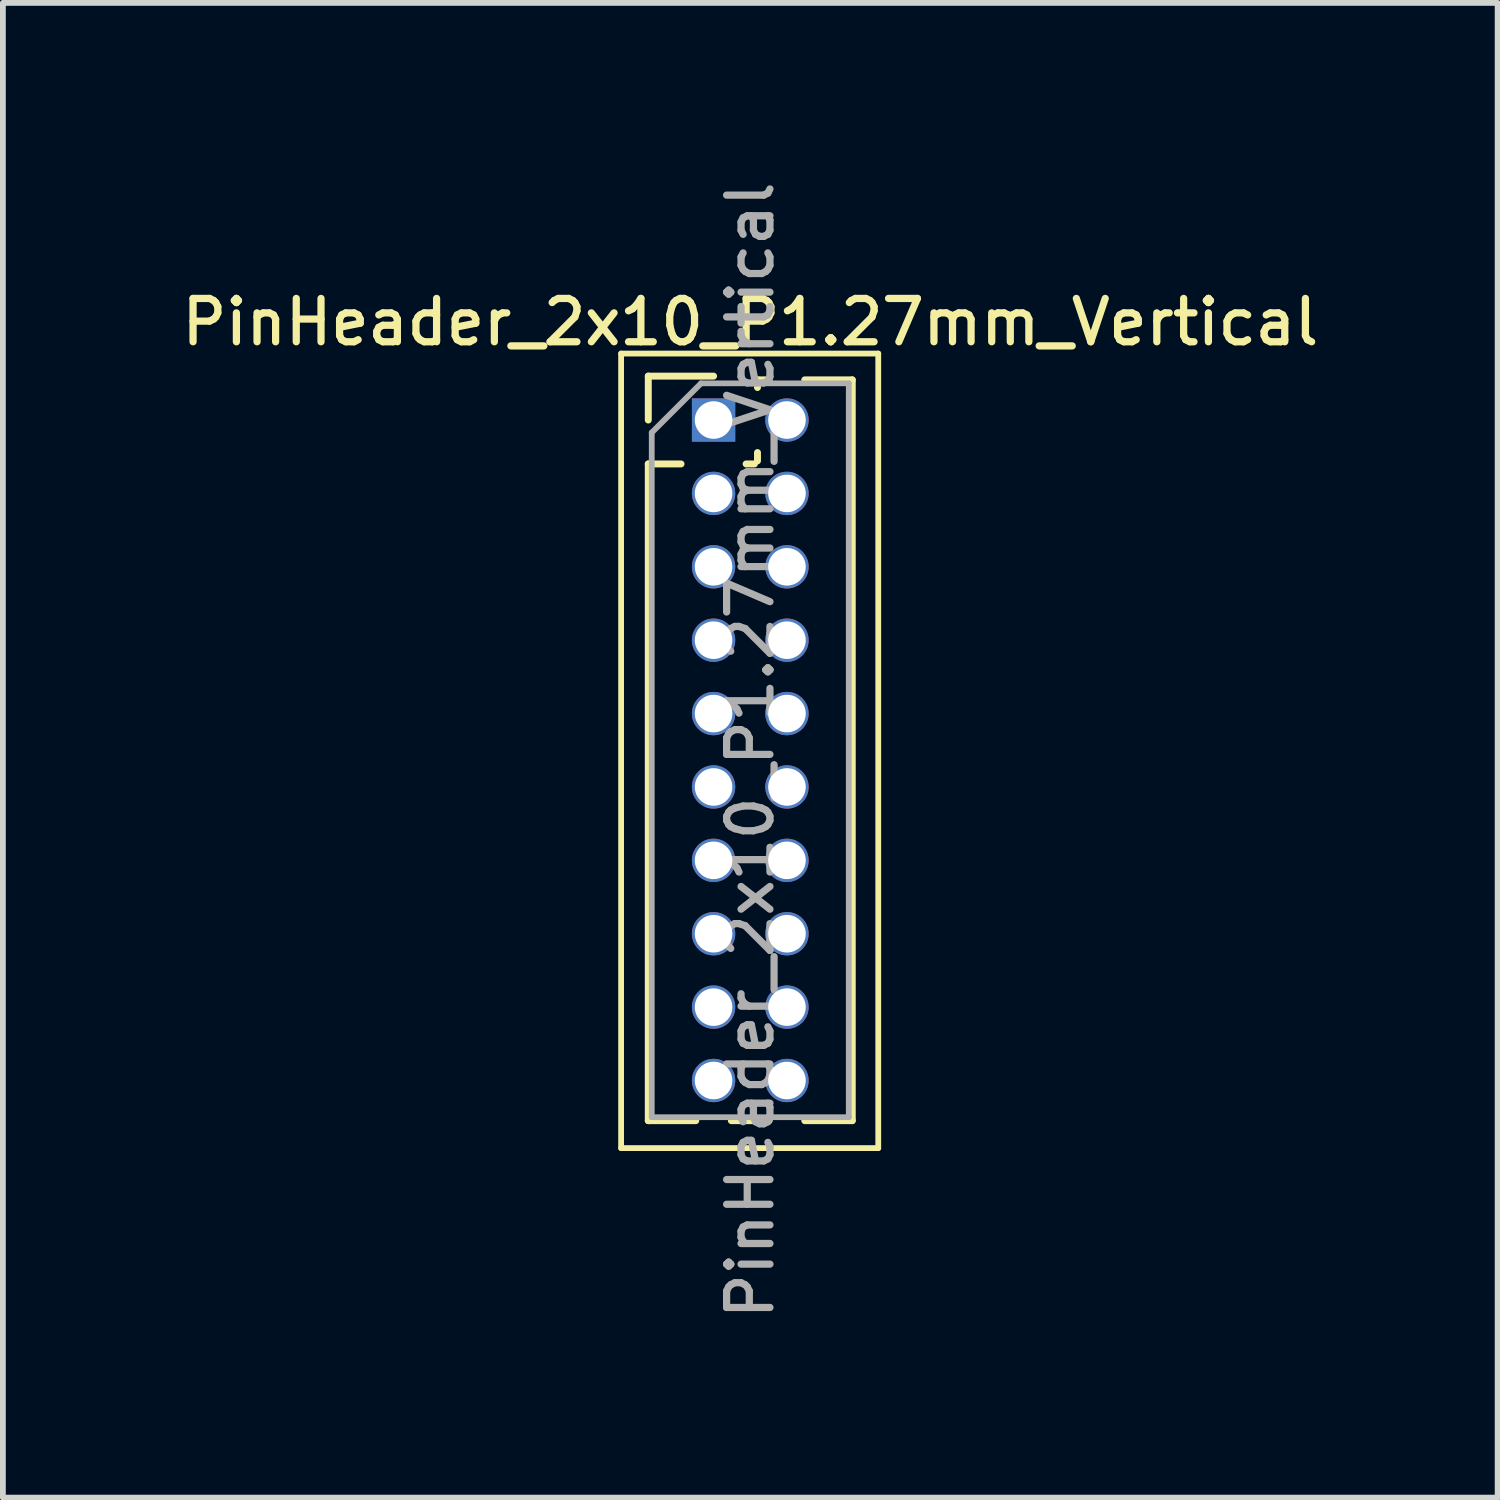
<source format=kicad_pcb>
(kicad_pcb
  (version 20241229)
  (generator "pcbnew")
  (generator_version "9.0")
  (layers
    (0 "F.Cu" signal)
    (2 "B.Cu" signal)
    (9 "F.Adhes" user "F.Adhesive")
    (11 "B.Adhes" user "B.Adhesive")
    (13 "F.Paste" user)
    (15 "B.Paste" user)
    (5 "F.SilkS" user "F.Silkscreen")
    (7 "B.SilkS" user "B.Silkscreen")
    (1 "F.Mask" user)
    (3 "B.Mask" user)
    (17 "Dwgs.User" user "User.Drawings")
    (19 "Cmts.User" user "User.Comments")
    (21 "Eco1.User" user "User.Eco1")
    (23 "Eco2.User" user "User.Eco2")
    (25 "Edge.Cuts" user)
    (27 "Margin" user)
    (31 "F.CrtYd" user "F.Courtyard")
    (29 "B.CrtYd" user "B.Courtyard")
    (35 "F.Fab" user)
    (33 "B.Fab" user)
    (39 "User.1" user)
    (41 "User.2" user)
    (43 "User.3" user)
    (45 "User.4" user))
  (footprint "PinHeader_2x10_P1.27mm_Vertical"
    (layer "F.Cu")
    (at 9.299 4.219)
    (property "Reference" "PinHeader_2x10_P1.27mm_Vertical" (at 0.635 -1.695 0) (layer "F.SilkS") (effects (font (size 0.75 0.75) (thickness 0.125))))
    (attr through_hole)
    (fp_line (start -1.6 -1.15) (end -1.6 12.6) (stroke (width 0.1) (type solid)) (layer "F.SilkS"))
    (fp_line (start -1.6 12.6) (end 2.85 12.6) (stroke (width 0.1) (type solid)) (layer "F.SilkS"))
    (fp_line (start -1.13 -0.76) (end 0 -0.76) (stroke (width 0.12) (type solid)) (layer "F.SilkS"))
    (fp_line (start -1.13 0) (end -1.13 -0.76) (stroke (width 0.12) (type solid)) (layer "F.SilkS"))
    (fp_line (start -1.13 0.76) (end -1.13 12.125) (stroke (width 0.12) (type solid)) (layer "F.SilkS"))
    (fp_line (start -1.13 0.76) (end -0.563 0.76) (stroke (width 0.12) (type solid)) (layer "F.SilkS"))
    (fp_line (start -1.13 12.125) (end -0.308 12.125) (stroke (width 0.12) (type solid)) (layer "F.SilkS"))
    (fp_line (start 0.308 12.125) (end 0.962 12.125) (stroke (width 0.12) (type solid)) (layer "F.SilkS"))
    (fp_line (start 0.563 0.76) (end 0.707 0.76) (stroke (width 0.12) (type solid)) (layer "F.SilkS"))
    (fp_line (start 0.76 -0.695) (end 0.962 -0.695) (stroke (width 0.12) (type solid)) (layer "F.SilkS"))
    (fp_line (start 0.76 -0.563) (end 0.76 -0.695) (stroke (width 0.12) (type solid)) (layer "F.SilkS"))
    (fp_line (start 0.76 0.707) (end 0.76 0.563) (stroke (width 0.12) (type solid)) (layer "F.SilkS"))
    (fp_line (start 1.578 -0.695) (end 2.4 -0.695) (stroke (width 0.12) (type solid)) (layer "F.SilkS"))
    (fp_line (start 1.578 12.125) (end 2.4 12.125) (stroke (width 0.12) (type solid)) (layer "F.SilkS"))
    (fp_line (start 2.4 -0.695) (end 2.4 12.125) (stroke (width 0.12) (type solid)) (layer "F.SilkS"))
    (fp_line (start 2.85 -1.15) (end -1.6 -1.15) (stroke (width 0.1) (type solid)) (layer "F.SilkS"))
    (fp_line (start 2.85 12.6) (end 2.85 -1.15) (stroke (width 0.1) (type solid)) (layer "F.SilkS"))
    (fp_line (start -1.07 0.217) (end -0.217 -0.635) (stroke (width 0.1) (type solid)) (layer "F.Fab"))
    (fp_line (start -1.07 12.065) (end -1.07 0.217) (stroke (width 0.1) (type solid)) (layer "F.Fab"))
    (fp_line (start -0.217 -0.635) (end 2.34 -0.635) (stroke (width 0.1) (type solid)) (layer "F.Fab"))
    (fp_line (start 2.34 -0.635) (end 2.34 12.065) (stroke (width 0.1) (type solid)) (layer "F.Fab"))
    (fp_line (start 2.34 12.065) (end -1.07 12.065) (stroke (width 0.1) (type solid)) (layer "F.Fab"))
    (fp_text user "${REFERENCE}" (at 0.635 5.715 90) (layer "F.Fab") (effects (font (size 0.75 0.75) (thickness 0.125))))
    (pad "1" thru_hole rect (at 0 0) (size 0.75 0.75) (drill 0.65) (layers "*.Cu" "*.Mask"))
    (pad "2" thru_hole oval (at 1.27 0) (size 0.75 0.75) (drill 0.65) (layers "*.Cu" "*.Mask"))
    (pad "3" thru_hole oval (at 0 1.27) (size 0.75 0.75) (drill 0.65) (layers "*.Cu" "*.Mask"))
    (pad "4" thru_hole oval (at 1.27 1.27) (size 0.75 0.75) (drill 0.65) (layers "*.Cu" "*.Mask"))
    (pad "5" thru_hole oval (at 0 2.54) (size 0.75 0.75) (drill 0.65) (layers "*.Cu" "*.Mask"))
    (pad "6" thru_hole oval (at 1.27 2.54) (size 0.75 0.75) (drill 0.65) (layers "*.Cu" "*.Mask"))
    (pad "7" thru_hole oval (at 0 3.81) (size 0.75 0.75) (drill 0.65) (layers "*.Cu" "*.Mask"))
    (pad "8" thru_hole oval (at 1.27 3.81) (size 0.75 0.75) (drill 0.65) (layers "*.Cu" "*.Mask"))
    (pad "9" thru_hole oval (at 0 5.08) (size 0.75 0.75) (drill 0.65) (layers "*.Cu" "*.Mask"))
    (pad "10" thru_hole oval (at 1.27 5.08) (size 0.75 0.75) (drill 0.65) (layers "*.Cu" "*.Mask"))
    (pad "11" thru_hole oval (at 0 6.35) (size 0.75 0.75) (drill 0.65) (layers "*.Cu" "*.Mask"))
    (pad "12" thru_hole oval (at 1.27 6.35) (size 0.75 0.75) (drill 0.65) (layers "*.Cu" "*.Mask"))
    (pad "13" thru_hole oval (at 0 7.62) (size 0.75 0.75) (drill 0.65) (layers "*.Cu" "*.Mask"))
    (pad "14" thru_hole oval (at 1.27 7.62) (size 0.75 0.75) (drill 0.65) (layers "*.Cu" "*.Mask"))
    (pad "15" thru_hole oval (at 0 8.89) (size 0.75 0.75) (drill 0.65) (layers "*.Cu" "*.Mask"))
    (pad "16" thru_hole oval (at 1.27 8.89) (size 0.75 0.75) (drill 0.65) (layers "*.Cu" "*.Mask"))
    (pad "17" thru_hole oval (at 0 10.16) (size 0.75 0.75) (drill 0.65) (layers "*.Cu" "*.Mask"))
    (pad "18" thru_hole oval (at 1.27 10.16) (size 0.75 0.75) (drill 0.65) (layers "*.Cu" "*.Mask"))
    (pad "19" thru_hole oval (at 0 11.43) (size 0.75 0.75) (drill 0.65) (layers "*.Cu" "*.Mask"))
    (pad "20" thru_hole oval (at 1.27 11.43) (size 0.75 0.75) (drill 0.65) (layers "*.Cu" "*.Mask")))
  (gr_rect
    (start -3 -3)
    (end 22.868 22.868)
    (stroke (width 0.1) (type default))
    (fill no)
    (layer "Edge.Cuts")))
</source>
